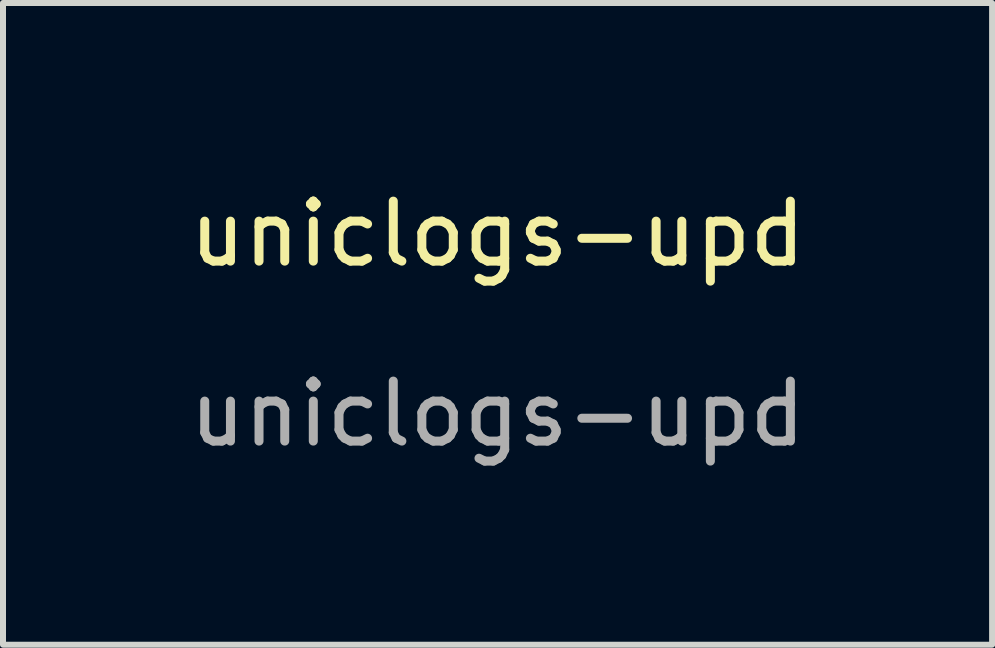
<source format=kicad_pcb>
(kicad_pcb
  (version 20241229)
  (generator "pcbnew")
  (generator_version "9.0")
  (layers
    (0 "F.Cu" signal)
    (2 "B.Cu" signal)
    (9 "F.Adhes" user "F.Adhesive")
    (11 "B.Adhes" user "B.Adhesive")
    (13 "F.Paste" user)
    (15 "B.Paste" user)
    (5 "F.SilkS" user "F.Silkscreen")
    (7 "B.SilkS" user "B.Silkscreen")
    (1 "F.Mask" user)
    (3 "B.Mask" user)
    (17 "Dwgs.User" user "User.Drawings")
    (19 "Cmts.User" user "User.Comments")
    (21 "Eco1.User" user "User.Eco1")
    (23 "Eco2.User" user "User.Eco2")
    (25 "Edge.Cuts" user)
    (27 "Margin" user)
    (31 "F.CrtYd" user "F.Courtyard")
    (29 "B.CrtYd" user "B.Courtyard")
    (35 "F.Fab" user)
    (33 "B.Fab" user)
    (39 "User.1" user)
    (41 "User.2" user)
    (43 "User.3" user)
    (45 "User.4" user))
  (footprint "uniclogs-upd"
    (layer "F.Cu")
    (at 5.244 1.348)
    (property "Reference" "uniclogs-upd" (at 0 -0.5 0) (unlocked yes) (layer "F.SilkS") (effects (font (size 1 1) (thickness 0.15))))
    (attr smd)
    (fp_text user "${REFERENCE}" (at 0 2.5 0) (unlocked yes) (layer "F.Fab") (effects (font (size 1 1) (thickness 0.15)))))
  (gr_rect
    (start -3 -3)
    (end 13.488 7.697)
    (stroke (width 0.1) (type default))
    (fill no)
    (layer "Edge.Cuts")))
</source>
